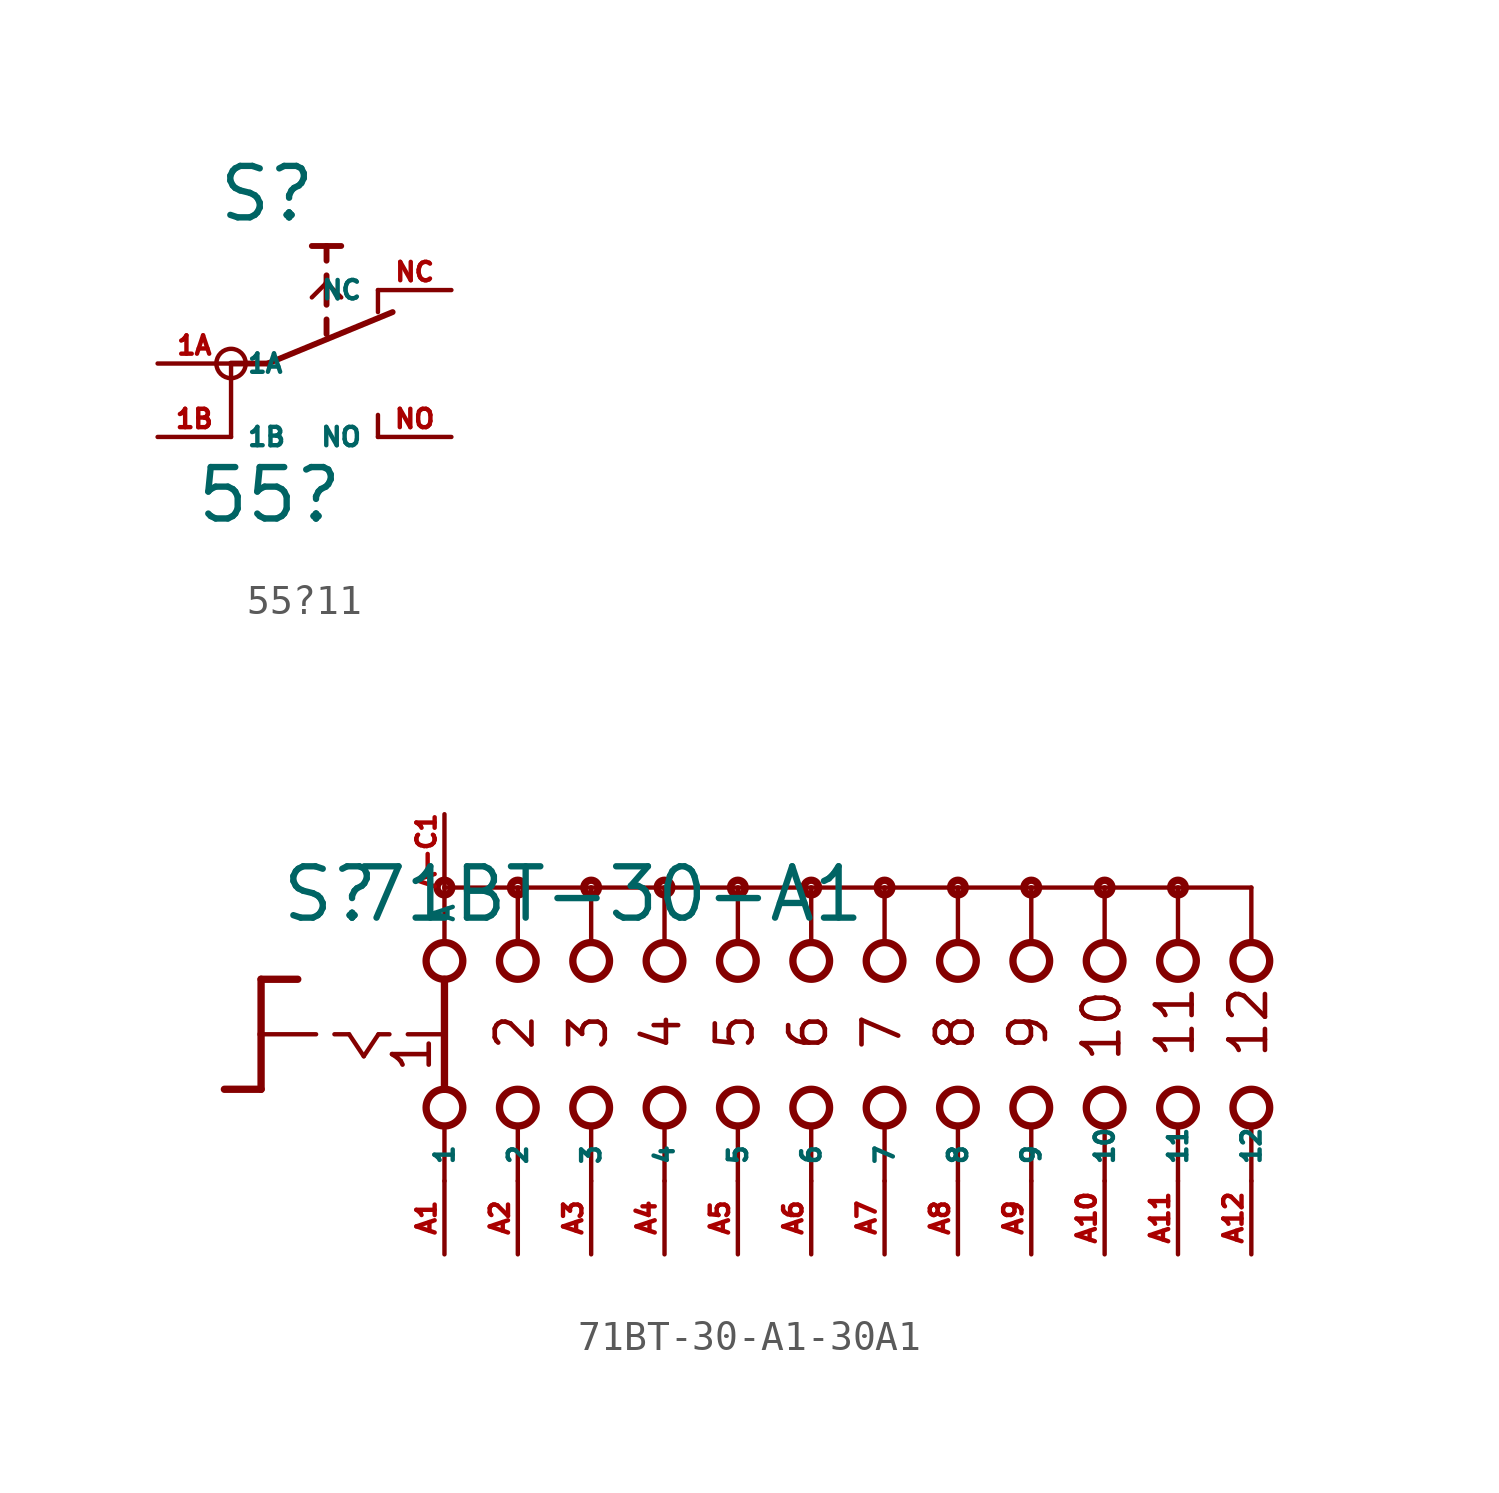
<source format=kicad_sym>
(kicad_symbol_lib
  (version 20220914)
  (generator Eagle2Kicad)
  (symbol "55?11"
    (property "Reference" "S"
      (at -3.048 4.826 0)
      (effects (font (size 1.778 1.778) (thickness 0.22)) (justify left bottom)))
    (property "Value" "55?"
      (at -3.81 -5.588 0)
      (effects (font (size 1.778 1.778) (thickness 0.22)) (justify left bottom)))
    (polyline
      (pts (xy -2.54 0) (xy -2.54 -2.54))
      (stroke (width 0.152) (type default))
      (fill (type none)))
    (polyline
      (pts (xy -1.27 0) (xy 3.048 1.778))
      (stroke (width 0.203) (type default))
      (fill (type none)))
    (polyline
      (pts (xy 0.762 1.016) (xy 0.762 1.524))
      (stroke (width 0.203) (type default))
      (fill (type none)))
    (polyline
      (pts (xy 0.762 2.032) (xy 0.762 2.794))
      (stroke (width 0.203) (type default))
      (fill (type none)))
    (polyline
      (pts (xy 0.762 2.794) (xy 0.762 3.048))
      (stroke (width 0.203) (type default))
      (fill (type none)))
    (polyline
      (pts (xy 0.762 3.556) (xy 0.762 4.064))
      (stroke (width 0.203) (type default))
      (fill (type none)))
    (polyline
      (pts (xy 1.27 4.064) (xy 0.762 4.064))
      (stroke (width 0.203) (type default))
      (fill (type none)))
    (polyline
      (pts (xy 0.762 4.064) (xy 0.254 4.064))
      (stroke (width 0.203) (type default))
      (fill (type none)))
    (polyline
      (pts (xy 0.254 2.286) (xy 0.762 2.794))
      (stroke (width 0.152) (type default))
      (fill (type none)))
    (polyline
      (pts (xy 0.762 2.794) (xy 1.27 2.286))
      (stroke (width 0.152) (type default))
      (fill (type none)))
    (polyline
      (pts (xy -2.54 0) (xy -1.27 0))
      (stroke (width 0.203) (type default))
      (fill (type none)))
    (polyline
      (pts (xy 2.54 -1.778) (xy 2.54 -2.54))
      (stroke (width 0.152) (type default))
      (fill (type none)))
    (polyline
      (pts (xy 2.54 2.54) (xy 2.54 1.778))
      (stroke (width 0.152) (type default))
      (fill (type none)))
    (circle
      (center -2.54 0)
      (radius 0.508)
      (stroke (width 0) (type default))
      (fill (type none)))
    (pin passive line
      (at -5.08 0 0)
      (length 2.54)
      (name "1A" (effects (font (size 0.635 0.635) (thickness 0.08)) (justify left bottom)))
      (number "1A" (effects (font (size 0.635 0.635) (thickness 0.08)) (justify left bottom))))
    (pin passive line
      (at -5.08 -2.54 0)
      (length 2.54)
      (name "1B" (effects (font (size 0.635 0.635) (thickness 0.08)) (justify left bottom)))
      (number "1B" (effects (font (size 0.635 0.635) (thickness 0.08)) (justify left bottom))))
    (pin passive line
      (at 5.08 -2.54 180)
      (length 2.54)
      (name "NO" (effects (font (size 0.635 0.635) (thickness 0.08)) (justify left bottom)))
      (number "NO" (effects (font (size 0.635 0.635) (thickness 0.08)) (justify left bottom))))
    (pin passive line
      (at 5.08 2.54 180)
      (length 2.54)
      (name "NC" (effects (font (size 0.635 0.635) (thickness 0.08)) (justify left bottom)))
      (number "NC" (effects (font (size 0.635 0.635) (thickness 0.08)) (justify left bottom)))))
  (symbol "71BT-30-A1-30A1"
    (property "Reference" "S"
      (at -18.415 3.81 0)
      (effects (font (size 1.778 1.778) (thickness 0.22)) (justify left bottom)))
    (property "Value" "71BT-30-A1"
      (at -15.875 3.81 0)
      (effects (font (size 1.778 1.778) (thickness 0.22)) (justify left bottom)))
    (polyline
      (pts (xy -19.05 1.905) (xy -17.78 1.905))
      (stroke (width 0.254) (type default))
      (fill (type none)))
    (polyline
      (pts (xy -19.05 1.905) (xy -19.05 0))
      (stroke (width 0.254) (type default))
      (fill (type none)))
    (polyline
      (pts (xy -19.05 -1.905) (xy -20.32 -1.905))
      (stroke (width 0.254) (type default))
      (fill (type none)))
    (polyline
      (pts (xy -19.05 0) (xy -17.145 0))
      (stroke (width 0.152) (type default))
      (fill (type none)))
    (polyline
      (pts (xy -19.05 0) (xy -19.05 -1.905))
      (stroke (width 0.254) (type default))
      (fill (type none)))
    (polyline
      (pts (xy -16.51 0) (xy -16.002 0))
      (stroke (width 0.152) (type default))
      (fill (type none)))
    (polyline
      (pts (xy -14.986 0) (xy -14.605 0))
      (stroke (width 0.152) (type default))
      (fill (type none)))
    (polyline
      (pts (xy -13.97 0) (xy -12.827 0))
      (stroke (width 0.152) (type default))
      (fill (type none)))
    (polyline
      (pts (xy -16.002 0) (xy -15.494 -0.762))
      (stroke (width 0.152) (type default))
      (fill (type none)))
    (polyline
      (pts (xy -15.494 -0.762) (xy -14.986 0))
      (stroke (width 0.152) (type default))
      (fill (type none)))
    (polyline
      (pts (xy -10.16 3.175) (xy -10.16 5.08))
      (stroke (width 0.152) (type default))
      (fill (type none)))
    (polyline
      (pts (xy -7.62 3.175) (xy -7.62 5.08))
      (stroke (width 0.152) (type default))
      (fill (type none)))
    (polyline
      (pts (xy -5.08 3.175) (xy -5.08 5.08))
      (stroke (width 0.152) (type default))
      (fill (type none)))
    (polyline
      (pts (xy -10.16 -5.08) (xy -10.16 -3.175))
      (stroke (width 0.152) (type default))
      (fill (type none)))
    (polyline
      (pts (xy -7.62 -5.08) (xy -7.62 -3.175))
      (stroke (width 0.152) (type default))
      (fill (type none)))
    (polyline
      (pts (xy -5.08 -5.08) (xy -5.08 -3.175))
      (stroke (width 0.152) (type default))
      (fill (type none)))
    (polyline
      (pts (xy -7.62 5.08) (xy -10.16 5.08))
      (stroke (width 0.152) (type default))
      (fill (type none)))
    (polyline
      (pts (xy -7.62 5.08) (xy -5.08 5.08))
      (stroke (width 0.152) (type default))
      (fill (type none)))
    (polyline
      (pts (xy -2.54 -5.08) (xy -2.54 -3.175))
      (stroke (width 0.152) (type default))
      (fill (type none)))
    (polyline
      (pts (xy 0 -5.08) (xy 0 -3.175))
      (stroke (width 0.152) (type default))
      (fill (type none)))
    (polyline
      (pts (xy -2.54 3.175) (xy -2.54 5.08))
      (stroke (width 0.152) (type default))
      (fill (type none)))
    (polyline
      (pts (xy 0 3.175) (xy 0 5.08))
      (stroke (width 0.152) (type default))
      (fill (type none)))
    (polyline
      (pts (xy -5.08 5.08) (xy -2.54 5.08))
      (stroke (width 0.152) (type default))
      (fill (type none)))
    (polyline
      (pts (xy -2.54 5.08) (xy 0 5.08))
      (stroke (width 0.152) (type default))
      (fill (type none)))
    (polyline
      (pts (xy -12.7 5.08) (xy -12.7 3.175))
      (stroke (width 0.152) (type default))
      (fill (type none)))
    (polyline
      (pts (xy -12.7 1.905) (xy -12.7 -1.905))
      (stroke (width 0.254) (type default))
      (fill (type none)))
    (polyline
      (pts (xy -12.7 -3.175) (xy -12.7 -5.08))
      (stroke (width 0.152) (type default))
      (fill (type none)))
    (polyline
      (pts (xy -10.16 5.08) (xy -12.7 5.08))
      (stroke (width 0.152) (type default))
      (fill (type none)))
    (polyline
      (pts (xy 0 5.08) (xy 2.54 5.08))
      (stroke (width 0.152) (type default))
      (fill (type none)))
    (polyline
      (pts (xy 2.54 3.175) (xy 2.54 5.08))
      (stroke (width 0.152) (type default))
      (fill (type none)))
    (polyline
      (pts (xy 2.54 -5.08) (xy 2.54 -3.175))
      (stroke (width 0.152) (type default))
      (fill (type none)))
    (polyline
      (pts (xy 5.08 3.175) (xy 5.08 5.08))
      (stroke (width 0.152) (type default))
      (fill (type none)))
    (polyline
      (pts (xy 7.62 3.175) (xy 7.62 5.08))
      (stroke (width 0.152) (type default))
      (fill (type none)))
    (polyline
      (pts (xy 10.16 3.175) (xy 10.16 5.08))
      (stroke (width 0.152) (type default))
      (fill (type none)))
    (polyline
      (pts (xy 12.7 3.175) (xy 12.7 5.08))
      (stroke (width 0.152) (type default))
      (fill (type none)))
    (polyline
      (pts (xy 15.24 3.175) (xy 15.24 5.08))
      (stroke (width 0.152) (type default))
      (fill (type none)))
    (polyline
      (pts (xy 2.54 5.08) (xy 5.08 5.08))
      (stroke (width 0.152) (type default))
      (fill (type none)))
    (polyline
      (pts (xy 5.08 5.08) (xy 7.62 5.08))
      (stroke (width 0.152) (type default))
      (fill (type none)))
    (polyline
      (pts (xy 7.62 5.08) (xy 10.16 5.08))
      (stroke (width 0.152) (type default))
      (fill (type none)))
    (polyline
      (pts (xy 10.16 5.08) (xy 12.7 5.08))
      (stroke (width 0.152) (type default))
      (fill (type none)))
    (polyline
      (pts (xy 12.7 5.08) (xy 15.24 5.08))
      (stroke (width 0.152) (type default))
      (fill (type none)))
    (polyline
      (pts (xy 5.08 -5.08) (xy 5.08 -3.175))
      (stroke (width 0.152) (type default))
      (fill (type none)))
    (polyline
      (pts (xy 7.62 -5.08) (xy 7.62 -3.175))
      (stroke (width 0.152) (type default))
      (fill (type none)))
    (polyline
      (pts (xy 10.16 -5.08) (xy 10.16 -3.175))
      (stroke (width 0.152) (type default))
      (fill (type none)))
    (polyline
      (pts (xy 12.7 -5.08) (xy 12.7 -3.175))
      (stroke (width 0.152) (type default))
      (fill (type none)))
    (polyline
      (pts (xy 15.24 -5.08) (xy 15.24 -3.175))
      (stroke (width 0.152) (type default))
      (fill (type none)))
    (text "1"
      (at -13.081 -1.397 900)
      (effects (font (size 1.27 1.27) (thickness 0.16)) (justify left bottom)))
    (text "2"
      (at -9.525 -0.635 900)
      (effects (font (size 1.27 1.27) (thickness 0.16)) (justify left bottom)))
    (text "3"
      (at -6.985 -0.635 900)
      (effects (font (size 1.27 1.27) (thickness 0.16)) (justify left bottom)))
    (text "4"
      (at -4.445 -0.635 900)
      (effects (font (size 1.27 1.27) (thickness 0.16)) (justify left bottom)))
    (text "5"
      (at -1.905 -0.635 900)
      (effects (font (size 1.27 1.27) (thickness 0.16)) (justify left bottom)))
    (text "6"
      (at 0.635 -0.635 900)
      (effects (font (size 1.27 1.27) (thickness 0.16)) (justify left bottom)))
    (text "7"
      (at 3.175 -0.635 900)
      (effects (font (size 1.27 1.27) (thickness 0.16)) (justify left bottom)))
    (text "8"
      (at 5.715 -0.635 900)
      (effects (font (size 1.27 1.27) (thickness 0.16)) (justify left bottom)))
    (text "9"
      (at 8.255 -0.635 900)
      (effects (font (size 1.27 1.27) (thickness 0.16)) (justify left bottom)))
    (text "10"
      (at 10.795 -1.016 900)
      (effects (font (size 1.27 1.27) (thickness 0.16)) (justify left bottom)))
    (text "11"
      (at 13.335 -0.889 900)
      (effects (font (size 1.27 1.27) (thickness 0.16)) (justify left bottom)))
    (text "12"
      (at 15.875 -0.889 900)
      (effects (font (size 1.27 1.27) (thickness 0.16)) (justify left bottom)))
    (circle
      (center -7.62 5.08)
      (radius 0.254)
      (stroke (width 0.254) (type default))
      (fill (type none)))
    (circle
      (center -5.08 5.08)
      (radius 0.254)
      (stroke (width 0.254) (type default))
      (fill (type none)))
    (circle
      (center 0 5.08)
      (radius 0.254)
      (stroke (width 0.254) (type default))
      (fill (type none)))
    (circle
      (center -12.7 5.08)
      (radius 0.254)
      (stroke (width 0.254) (type default))
      (fill (type none)))
    (circle
      (center -10.16 5.08)
      (radius 0.254)
      (stroke (width 0.254) (type default))
      (fill (type none)))
    (circle
      (center -12.7 2.54)
      (radius 0.635)
      (stroke (width 0.254) (type default))
      (fill (type none)))
    (circle
      (center -10.16 2.54)
      (radius 0.635)
      (stroke (width 0.254) (type default))
      (fill (type none)))
    (circle
      (center -7.62 2.54)
      (radius 0.635)
      (stroke (width 0.254) (type default))
      (fill (type none)))
    (circle
      (center -12.7 -2.54)
      (radius 0.635)
      (stroke (width 0.254) (type default))
      (fill (type none)))
    (circle
      (center -10.16 -2.54)
      (radius 0.635)
      (stroke (width 0.254) (type default))
      (fill (type none)))
    (circle
      (center -7.62 -2.54)
      (radius 0.635)
      (stroke (width 0.254) (type default))
      (fill (type none)))
    (circle
      (center -2.54 5.08)
      (radius 0.254)
      (stroke (width 0.254) (type default))
      (fill (type none)))
    (circle
      (center -5.08 2.54)
      (radius 0.635)
      (stroke (width 0.254) (type default))
      (fill (type none)))
    (circle
      (center -2.54 2.54)
      (radius 0.635)
      (stroke (width 0.254) (type default))
      (fill (type none)))
    (circle
      (center -5.08 -2.54)
      (radius 0.635)
      (stroke (width 0.254) (type default))
      (fill (type none)))
    (circle
      (center -2.54 -2.54)
      (radius 0.635)
      (stroke (width 0.254) (type default))
      (fill (type none)))
    (circle
      (center 0 2.54)
      (radius 0.635)
      (stroke (width 0.254) (type default))
      (fill (type none)))
    (circle
      (center 0 -2.54)
      (radius 0.635)
      (stroke (width 0.254) (type default))
      (fill (type none)))
    (circle
      (center 2.54 5.08)
      (radius 0.254)
      (stroke (width 0.254) (type default))
      (fill (type none)))
    (circle
      (center 2.54 2.54)
      (radius 0.635)
      (stroke (width 0.254) (type default))
      (fill (type none)))
    (circle
      (center 2.54 -2.54)
      (radius 0.635)
      (stroke (width 0.254) (type default))
      (fill (type none)))
    (circle
      (center 5.08 2.54)
      (radius 0.635)
      (stroke (width 0.254) (type default))
      (fill (type none)))
    (circle
      (center 7.62 2.54)
      (radius 0.635)
      (stroke (width 0.254) (type default))
      (fill (type none)))
    (circle
      (center 10.16 2.54)
      (radius 0.635)
      (stroke (width 0.254) (type default))
      (fill (type none)))
    (circle
      (center 12.7 2.54)
      (radius 0.635)
      (stroke (width 0.254) (type default))
      (fill (type none)))
    (circle
      (center 15.24 2.54)
      (radius 0.635)
      (stroke (width 0.254) (type default))
      (fill (type none)))
    (circle
      (center 5.08 5.08)
      (radius 0.254)
      (stroke (width 0.254) (type default))
      (fill (type none)))
    (circle
      (center 7.62 5.08)
      (radius 0.254)
      (stroke (width 0.254) (type default))
      (fill (type none)))
    (circle
      (center 10.16 5.08)
      (radius 0.254)
      (stroke (width 0.254) (type default))
      (fill (type none)))
    (circle
      (center 12.7 5.08)
      (radius 0.254)
      (stroke (width 0.254) (type default))
      (fill (type none)))
    (circle
      (center 5.08 -2.54)
      (radius 0.635)
      (stroke (width 0.254) (type default))
      (fill (type none)))
    (circle
      (center 7.62 -2.54)
      (radius 0.635)
      (stroke (width 0.254) (type default))
      (fill (type none)))
    (circle
      (center 10.16 -2.54)
      (radius 0.635)
      (stroke (width 0.254) (type default))
      (fill (type none)))
    (circle
      (center 12.7 -2.54)
      (radius 0.635)
      (stroke (width 0.254) (type default))
      (fill (type none)))
    (circle
      (center 15.24 -2.54)
      (radius 0.635)
      (stroke (width 0.254) (type default))
      (fill (type none)))
    (pin passive line
      (at -12.7 -7.62 90)
      (length 2.54)
      (name "1" (effects (font (size 0.635 0.635) (thickness 0.08)) (justify left bottom)))
      (number "A1" (effects (font (size 0.635 0.635) (thickness 0.08)) (justify left bottom))))
    (pin passive line
      (at -12.7 7.62 270)
      (length 2.54)
      (name "A" (effects (font (size 0.635 0.635) (thickness 0.08)) (justify left bottom)))
      (number "A-C1" (effects (font (size 0.635 0.635) (thickness 0.08)) (justify left bottom))))
    (pin passive line
      (at -10.16 -7.62 90)
      (length 2.54)
      (name "2" (effects (font (size 0.635 0.635) (thickness 0.08)) (justify left bottom)))
      (number "A2" (effects (font (size 0.635 0.635) (thickness 0.08)) (justify left bottom))))
    (pin passive line
      (at -7.62 -7.62 90)
      (length 2.54)
      (name "3" (effects (font (size 0.635 0.635) (thickness 0.08)) (justify left bottom)))
      (number "A3" (effects (font (size 0.635 0.635) (thickness 0.08)) (justify left bottom))))
    (pin passive line
      (at -5.08 -7.62 90)
      (length 2.54)
      (name "4" (effects (font (size 0.635 0.635) (thickness 0.08)) (justify left bottom)))
      (number "A4" (effects (font (size 0.635 0.635) (thickness 0.08)) (justify left bottom))))
    (pin passive line
      (at -2.54 -7.62 90)
      (length 2.54)
      (name "5" (effects (font (size 0.635 0.635) (thickness 0.08)) (justify left bottom)))
      (number "A5" (effects (font (size 0.635 0.635) (thickness 0.08)) (justify left bottom))))
    (pin passive line
      (at 0 -7.62 90)
      (length 2.54)
      (name "6" (effects (font (size 0.635 0.635) (thickness 0.08)) (justify left bottom)))
      (number "A6" (effects (font (size 0.635 0.635) (thickness 0.08)) (justify left bottom))))
    (pin passive line
      (at 2.54 -7.62 90)
      (length 2.54)
      (name "7" (effects (font (size 0.635 0.635) (thickness 0.08)) (justify left bottom)))
      (number "A7" (effects (font (size 0.635 0.635) (thickness 0.08)) (justify left bottom))))
    (pin passive line
      (at 5.08 -7.62 90)
      (length 2.54)
      (name "8" (effects (font (size 0.635 0.635) (thickness 0.08)) (justify left bottom)))
      (number "A8" (effects (font (size 0.635 0.635) (thickness 0.08)) (justify left bottom))))
    (pin passive line
      (at 7.62 -7.62 90)
      (length 2.54)
      (name "9" (effects (font (size 0.635 0.635) (thickness 0.08)) (justify left bottom)))
      (number "A9" (effects (font (size 0.635 0.635) (thickness 0.08)) (justify left bottom))))
    (pin passive line
      (at 10.16 -7.62 90)
      (length 2.54)
      (name "10" (effects (font (size 0.635 0.635) (thickness 0.08)) (justify left bottom)))
      (number "A10" (effects (font (size 0.635 0.635) (thickness 0.08)) (justify left bottom))))
    (pin passive line
      (at 12.7 -7.62 90)
      (length 2.54)
      (name "11" (effects (font (size 0.635 0.635) (thickness 0.08)) (justify left bottom)))
      (number "A11" (effects (font (size 0.635 0.635) (thickness 0.08)) (justify left bottom))))
    (pin passive line
      (at 15.24 -7.62 90)
      (length 2.54)
      (name "12" (effects (font (size 0.635 0.635) (thickness 0.08)) (justify left bottom)))
      (number "A12" (effects (font (size 0.635 0.635) (thickness 0.08)) (justify left bottom))))))
</source>
